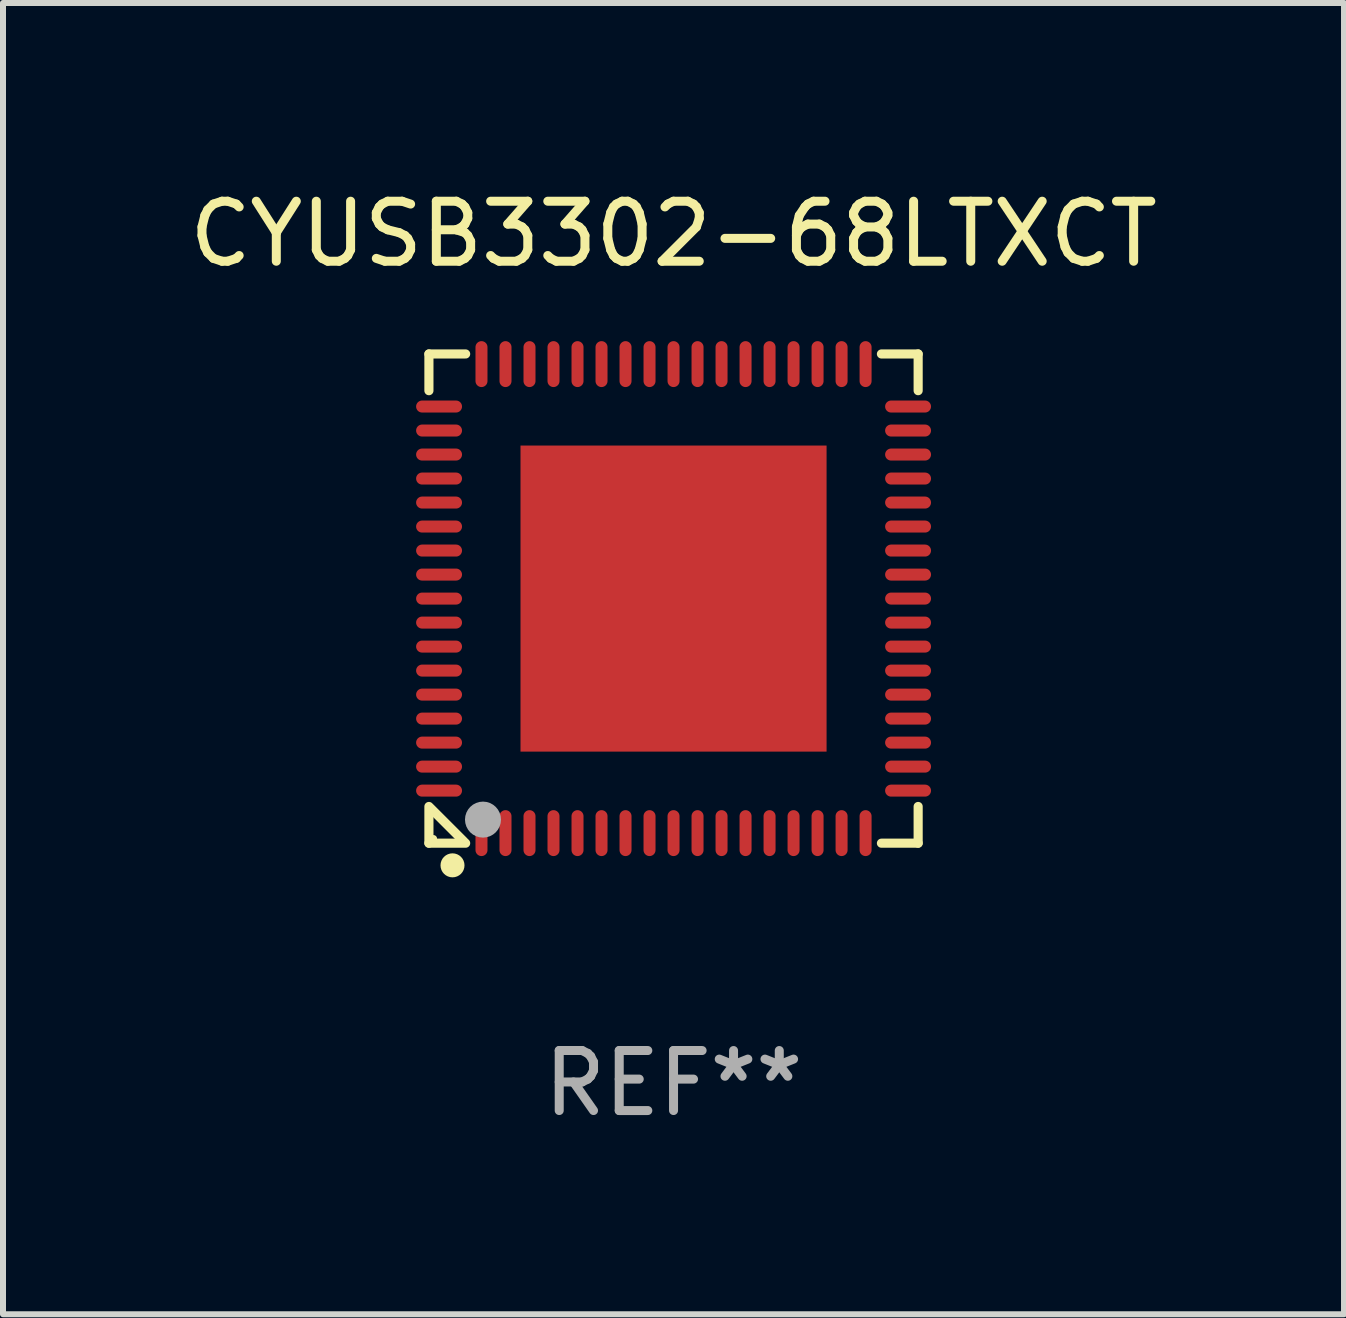
<source format=kicad_pcb>
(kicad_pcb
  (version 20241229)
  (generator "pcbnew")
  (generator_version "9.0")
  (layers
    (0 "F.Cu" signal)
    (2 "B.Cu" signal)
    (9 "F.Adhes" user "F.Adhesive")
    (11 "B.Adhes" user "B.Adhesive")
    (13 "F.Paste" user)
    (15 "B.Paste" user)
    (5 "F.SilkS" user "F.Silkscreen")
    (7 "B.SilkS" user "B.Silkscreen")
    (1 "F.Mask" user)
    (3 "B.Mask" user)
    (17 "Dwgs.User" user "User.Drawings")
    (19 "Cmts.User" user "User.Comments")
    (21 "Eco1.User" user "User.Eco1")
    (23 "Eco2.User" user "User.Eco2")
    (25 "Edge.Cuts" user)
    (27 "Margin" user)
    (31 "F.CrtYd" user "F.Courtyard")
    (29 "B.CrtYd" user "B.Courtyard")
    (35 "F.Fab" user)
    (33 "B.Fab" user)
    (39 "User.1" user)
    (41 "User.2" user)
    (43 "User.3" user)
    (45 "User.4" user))
  (footprint "CYUSB3302-68LTXCT"
    (layer "F.Cu")
    (at 8.173 6.924)
    (property "Reference" "CYUSB3302-68LTXCT" (at 0 -6.076 0) (layer "F.SilkS") (effects (font (size 1 1) (thickness 0.15))))
    (attr through_hole)
    (fp_line (start -4.076 -4.076) (end -4.076 -3.464) (stroke (width 0.152) (type solid)) (layer "F.SilkS"))
    (fp_line (start -4.076 4.076) (end -4.076 3.464) (stroke (width 0.152) (type solid)) (layer "F.SilkS"))
    (fp_line (start -4.049 3.491) (end -3.491 4.049) (stroke (width 0.152) (type solid)) (layer "F.SilkS"))
    (fp_line (start -3.464 -4.076) (end -4.076 -4.076) (stroke (width 0.152) (type solid)) (layer "F.SilkS"))
    (fp_line (start -3.464 4.076) (end -4.076 4.076) (stroke (width 0.152) (type solid)) (layer "F.SilkS"))
    (fp_line (start 3.464 -4.076) (end 4.076 -4.076) (stroke (width 0.152) (type solid)) (layer "F.SilkS"))
    (fp_line (start 3.464 4.076) (end 4.076 4.076) (stroke (width 0.152) (type solid)) (layer "F.SilkS"))
    (fp_line (start 4.076 -4.076) (end 4.076 -3.464) (stroke (width 0.152) (type solid)) (layer "F.SilkS"))
    (fp_line (start 4.076 4.076) (end 4.076 3.464) (stroke (width 0.152) (type solid)) (layer "F.SilkS"))
    (fp_circle (center -4 4) (end -3.97 4) (stroke (width 0.06) (type solid)) (fill no) (layer "F.SilkS"))
    (fp_circle (center -3.683 4.445) (end -3.583 4.445) (stroke (width 0.2) (type solid)) (fill no) (layer "F.SilkS"))
    (fp_circle (center -3.175 3.683) (end -3.025 3.683) (stroke (width 0.3) (type solid)) (fill no) (layer "F.Fab"))
    (fp_text user "REF**" (at 0 8.076 0) (layer "F.Fab") (effects (font (size 1 1) (thickness 0.15))))
    (pad "1" smd oval (at -3.2 3.908 90) (size 0.765 0.2) (layers "F.Cu" "F.Mask" "F.Paste"))
    (pad "2" smd oval (at -2.8 3.908 90) (size 0.765 0.2) (layers "F.Cu" "F.Mask" "F.Paste"))
    (pad "3" smd oval (at -2.4 3.908 90) (size 0.765 0.2) (layers "F.Cu" "F.Mask" "F.Paste"))
    (pad "4" smd oval (at -2 3.908 90) (size 0.765 0.2) (layers "F.Cu" "F.Mask" "F.Paste"))
    (pad "5" smd oval (at -1.6 3.908 90) (size 0.765 0.2) (layers "F.Cu" "F.Mask" "F.Paste"))
    (pad "6" smd oval (at -1.2 3.908 90) (size 0.765 0.2) (layers "F.Cu" "F.Mask" "F.Paste"))
    (pad "7" smd oval (at -0.8 3.908 90) (size 0.765 0.2) (layers "F.Cu" "F.Mask" "F.Paste"))
    (pad "8" smd oval (at -0.4 3.908 90) (size 0.765 0.2) (layers "F.Cu" "F.Mask" "F.Paste"))
    (pad "9" smd oval (at 0.000076 3.908 90) (size 0.765 0.2) (layers "F.Cu" "F.Mask" "F.Paste"))
    (pad "10" smd oval (at 0.4 3.908 90) (size 0.765 0.2) (layers "F.Cu" "F.Mask" "F.Paste"))
    (pad "11" smd oval (at 0.8 3.908 90) (size 0.765 0.2) (layers "F.Cu" "F.Mask" "F.Paste"))
    (pad "12" smd oval (at 1.2 3.908 90) (size 0.765 0.2) (layers "F.Cu" "F.Mask" "F.Paste"))
    (pad "13" smd oval (at 1.6 3.908 90) (size 0.765 0.2) (layers "F.Cu" "F.Mask" "F.Paste"))
    (pad "14" smd oval (at 2 3.908 90) (size 0.765 0.2) (layers "F.Cu" "F.Mask" "F.Paste"))
    (pad "15" smd oval (at 2.4 3.908 90) (size 0.765 0.2) (layers "F.Cu" "F.Mask" "F.Paste"))
    (pad "16" smd oval (at 2.8 3.908 90) (size 0.765 0.2) (layers "F.Cu" "F.Mask" "F.Paste"))
    (pad "17" smd oval (at 3.2 3.908 90) (size 0.765 0.2) (layers "F.Cu" "F.Mask" "F.Paste"))
    (pad "18" smd oval (at 3.908 3.2 90) (size 0.2 0.765) (layers "F.Cu" "F.Mask" "F.Paste"))
    (pad "19" smd oval (at 3.908 2.8 90) (size 0.2 0.765) (layers "F.Cu" "F.Mask" "F.Paste"))
    (pad "20" smd oval (at 3.908 2.4 90) (size 0.2 0.765) (layers "F.Cu" "F.Mask" "F.Paste"))
    (pad "21" smd oval (at 3.908 2 90) (size 0.2 0.765) (layers "F.Cu" "F.Mask" "F.Paste"))
    (pad "22" smd oval (at 3.908 1.6 90) (size 0.2 0.765) (layers "F.Cu" "F.Mask" "F.Paste"))
    (pad "23" smd oval (at 3.908 1.2 90) (size 0.2 0.765) (layers "F.Cu" "F.Mask" "F.Paste"))
    (pad "24" smd oval (at 3.908 0.8 90) (size 0.2 0.765) (layers "F.Cu" "F.Mask" "F.Paste"))
    (pad "25" smd oval (at 3.908 0.4 90) (size 0.2 0.765) (layers "F.Cu" "F.Mask" "F.Paste"))
    (pad "26" smd oval (at 3.908 0.000076 90) (size 0.2 0.765) (layers "F.Cu" "F.Mask" "F.Paste"))
    (pad "27" smd oval (at 3.908 -0.4 90) (size 0.2 0.765) (layers "F.Cu" "F.Mask" "F.Paste"))
    (pad "28" smd oval (at 3.908 -0.8 90) (size 0.2 0.765) (layers "F.Cu" "F.Mask" "F.Paste"))
    (pad "29" smd oval (at 3.908 -1.2 90) (size 0.2 0.765) (layers "F.Cu" "F.Mask" "F.Paste"))
    (pad "30" smd oval (at 3.908 -1.6 90) (size 0.2 0.765) (layers "F.Cu" "F.Mask" "F.Paste"))
    (pad "31" smd oval (at 3.908 -2 90) (size 0.2 0.765) (layers "F.Cu" "F.Mask" "F.Paste"))
    (pad "32" smd oval (at 3.908 -2.4 90) (size 0.2 0.765) (layers "F.Cu" "F.Mask" "F.Paste"))
    (pad "33" smd oval (at 3.908 -2.8 90) (size 0.2 0.765) (layers "F.Cu" "F.Mask" "F.Paste"))
    (pad "34" smd oval (at 3.908 -3.2 90) (size 0.2 0.765) (layers "F.Cu" "F.Mask" "F.Paste"))
    (pad "35" smd oval (at 3.2 -3.907 90) (size 0.765 0.2) (layers "F.Cu" "F.Mask" "F.Paste"))
    (pad "36" smd oval (at 2.8 -3.907 90) (size 0.765 0.2) (layers "F.Cu" "F.Mask" "F.Paste"))
    (pad "37" smd oval (at 2.4 -3.907 90) (size 0.765 0.2) (layers "F.Cu" "F.Mask" "F.Paste"))
    (pad "38" smd oval (at 2 -3.907 90) (size 0.765 0.2) (layers "F.Cu" "F.Mask" "F.Paste"))
    (pad "39" smd oval (at 1.6 -3.907 90) (size 0.765 0.2) (layers "F.Cu" "F.Mask" "F.Paste"))
    (pad "40" smd oval (at 1.2 -3.907 90) (size 0.765 0.2) (layers "F.Cu" "F.Mask" "F.Paste"))
    (pad "41" smd oval (at 0.8 -3.907 90) (size 0.765 0.2) (layers "F.Cu" "F.Mask" "F.Paste"))
    (pad "42" smd oval (at 0.4 -3.907 90) (size 0.765 0.2) (layers "F.Cu" "F.Mask" "F.Paste"))
    (pad "43" smd oval (at 0.000076 -3.907 90) (size 0.765 0.2) (layers "F.Cu" "F.Mask" "F.Paste"))
    (pad "44" smd oval (at -0.4 -3.907 90) (size 0.765 0.2) (layers "F.Cu" "F.Mask" "F.Paste"))
    (pad "45" smd oval (at -0.8 -3.907 90) (size 0.765 0.2) (layers "F.Cu" "F.Mask" "F.Paste"))
    (pad "46" smd oval (at -1.2 -3.907 90) (size 0.765 0.2) (layers "F.Cu" "F.Mask" "F.Paste"))
    (pad "47" smd oval (at -1.6 -3.907 90) (size 0.765 0.2) (layers "F.Cu" "F.Mask" "F.Paste"))
    (pad "48" smd oval (at -2 -3.907 90) (size 0.765 0.2) (layers "F.Cu" "F.Mask" "F.Paste"))
    (pad "49" smd oval (at -2.4 -3.907 90) (size 0.765 0.2) (layers "F.Cu" "F.Mask" "F.Paste"))
    (pad "50" smd oval (at -2.8 -3.907 90) (size 0.765 0.2) (layers "F.Cu" "F.Mask" "F.Paste"))
    (pad "51" smd oval (at -3.2 -3.907 90) (size 0.765 0.2) (layers "F.Cu" "F.Mask" "F.Paste"))
    (pad "52" smd oval (at -3.907 -3.2 90) (size 0.2 0.765) (layers "F.Cu" "F.Mask" "F.Paste"))
    (pad "53" smd oval (at -3.907 -2.8 90) (size 0.2 0.765) (layers "F.Cu" "F.Mask" "F.Paste"))
    (pad "54" smd oval (at -3.907 -2.4 90) (size 0.2 0.765) (layers "F.Cu" "F.Mask" "F.Paste"))
    (pad "55" smd oval (at -3.907 -2 90) (size 0.2 0.765) (layers "F.Cu" "F.Mask" "F.Paste"))
    (pad "56" smd oval (at -3.907 -1.6 90) (size 0.2 0.765) (layers "F.Cu" "F.Mask" "F.Paste"))
    (pad "57" smd oval (at -3.907 -1.2 90) (size 0.2 0.765) (layers "F.Cu" "F.Mask" "F.Paste"))
    (pad "58" smd oval (at -3.907 -0.8 90) (size 0.2 0.765) (layers "F.Cu" "F.Mask" "F.Paste"))
    (pad "59" smd oval (at -3.907 -0.4 90) (size 0.2 0.765) (layers "F.Cu" "F.Mask" "F.Paste"))
    (pad "60" smd oval (at -3.907 0.000076 90) (size 0.2 0.765) (layers "F.Cu" "F.Mask" "F.Paste"))
    (pad "61" smd oval (at -3.907 0.4 90) (size 0.2 0.765) (layers "F.Cu" "F.Mask" "F.Paste"))
    (pad "62" smd oval (at -3.907 0.8 90) (size 0.2 0.765) (layers "F.Cu" "F.Mask" "F.Paste"))
    (pad "63" smd oval (at -3.907 1.2 90) (size 0.2 0.765) (layers "F.Cu" "F.Mask" "F.Paste"))
    (pad "64" smd oval (at -3.907 1.6 90) (size 0.2 0.765) (layers "F.Cu" "F.Mask" "F.Paste"))
    (pad "65" smd oval (at -3.907 2 90) (size 0.2 0.765) (layers "F.Cu" "F.Mask" "F.Paste"))
    (pad "66" smd oval (at -3.907 2.4 90) (size 0.2 0.765) (layers "F.Cu" "F.Mask" "F.Paste"))
    (pad "67" smd oval (at -3.907 2.8 90) (size 0.2 0.765) (layers "F.Cu" "F.Mask" "F.Paste"))
    (pad "68" smd oval (at -3.907 3.2 90) (size 0.2 0.765) (layers "F.Cu" "F.Mask" "F.Paste"))
    (pad "69" smd rect (at 0.000076 0.000076 90) (size 5.1 5.1) (layers "F.Cu" "F.Mask" "F.Paste")))
  (gr_rect
    (start -3 -3)
    (end 19.345 18.849)
    (stroke (width 0.1) (type default))
    (fill no)
    (layer "Edge.Cuts")))
</source>
